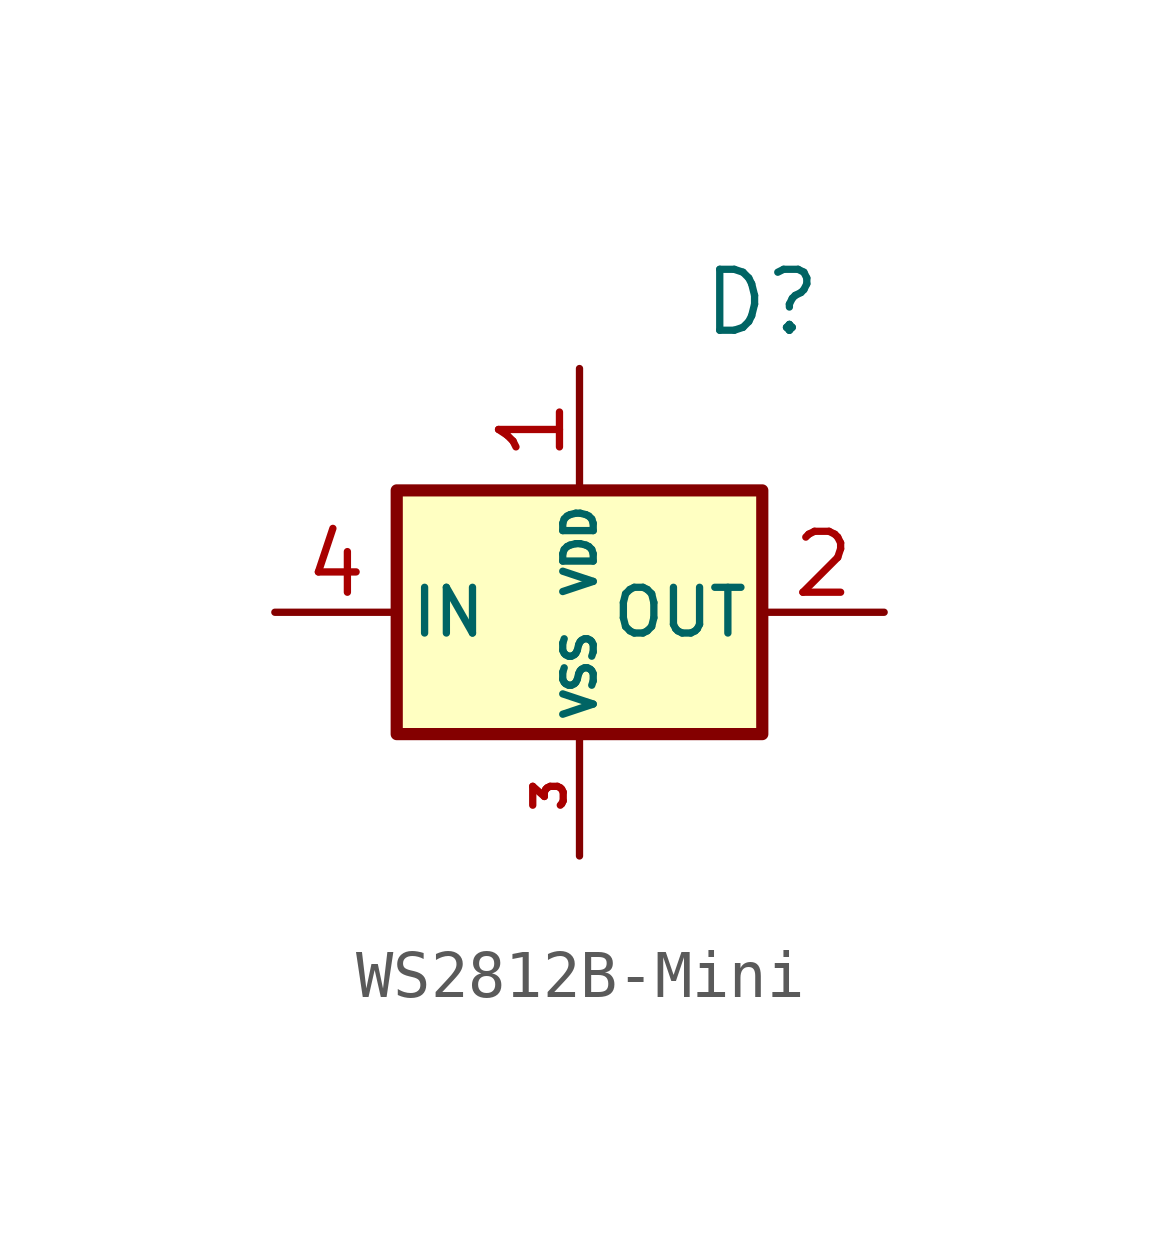
<source format=kicad_sym>
(kicad_symbol_lib
  (version 20211014)
  (generator kicad_symbol_editor)
  (symbol "WS2812B-Mini"
    (pin_names
      (offset 0.254))
    (property "Reference" "D"
      (at 5.08 5.715 0)
      (effects (font (size 1.27 1.27)) (justify right bottom)))
    (symbol "WS2812B-Mini_0_1"
      (rectangle (start -3.81 2.54) (end 3.81 -2.54) (stroke (width 0.254) (type default) (color 0 0 0 0)) (fill (type background))))
    (symbol "WS2812B-Mini_1_1"
      (pin power_in line (at 0 5.08 270) (length 2.54) (name "VDD" (effects (font (size 0.635 0.635)))) (number "1" (effects (font (size 1.27 1.27)))))
      (pin output line (at 6.35 0 180) (length 2.54) (name "OUT" (effects (font (size 0.953 0.953)))) (number "2" (effects (font (size 1.27 1.27)))))
      (pin power_in line (at 0 -5.08 90) (length 2.54) (name "VSS" (effects (font (size 0.635 0.635)))) (number "3" (effects (font (size 0.635 0.635)))))
      (pin input line (at -6.35 0 0) (length 2.54) (name "IN" (effects (font (size 0.953 0.953)))) (number "4" (effects (font (size 1.27 1.27))))))))
</source>
